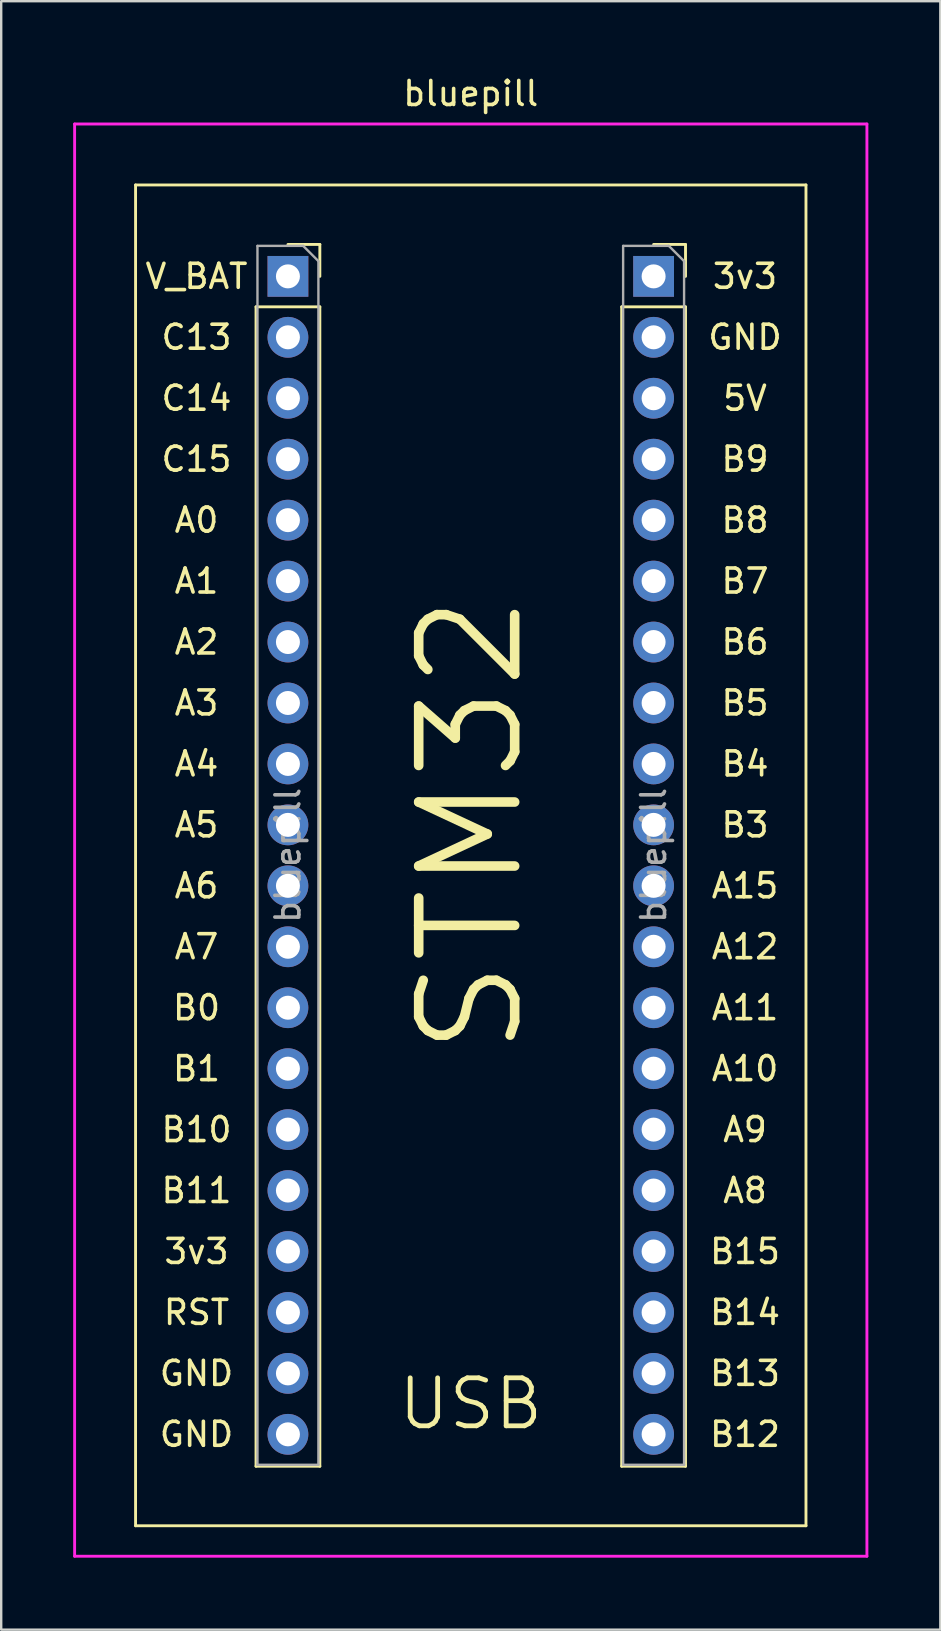
<source format=kicad_pcb>
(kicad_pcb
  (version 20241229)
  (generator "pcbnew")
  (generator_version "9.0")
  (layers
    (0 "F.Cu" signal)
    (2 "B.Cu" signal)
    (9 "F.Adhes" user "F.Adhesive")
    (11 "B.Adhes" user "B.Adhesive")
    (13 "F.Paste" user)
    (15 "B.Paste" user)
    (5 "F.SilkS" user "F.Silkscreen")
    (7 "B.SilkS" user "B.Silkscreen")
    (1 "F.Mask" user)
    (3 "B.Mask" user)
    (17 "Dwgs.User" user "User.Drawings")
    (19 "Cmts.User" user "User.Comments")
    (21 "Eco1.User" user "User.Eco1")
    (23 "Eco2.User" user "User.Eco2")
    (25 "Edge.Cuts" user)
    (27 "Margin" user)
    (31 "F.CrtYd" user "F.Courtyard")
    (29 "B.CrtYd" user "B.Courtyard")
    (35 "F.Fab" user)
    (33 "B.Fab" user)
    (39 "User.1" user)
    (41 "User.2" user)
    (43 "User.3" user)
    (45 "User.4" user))
  (footprint "bluepill"
    (layer "F.Cu")
    (at 16.57 8.468)
    (property "Reference" "bluepill" (at 0 -7.62 0) (layer "F.SilkS") (effects (font (size 1 1) (thickness 0.15))))
    (attr through_hole)
    (fp_line (start -13.97 -3.81) (end 13.97 -3.81) (stroke (width 0.12) (type solid)) (layer "F.SilkS"))
    (fp_line (start -13.97 52.07) (end -13.97 -3.81) (stroke (width 0.12) (type solid)) (layer "F.SilkS"))
    (fp_line (start -8.95 1.27) (end -8.95 49.59) (stroke (width 0.12) (type solid)) (layer "F.SilkS"))
    (fp_line (start -8.95 1.27) (end -6.29 1.27) (stroke (width 0.12) (type solid)) (layer "F.SilkS"))
    (fp_line (start -8.95 49.59) (end -6.29 49.59) (stroke (width 0.12) (type solid)) (layer "F.SilkS"))
    (fp_line (start -7.62 -1.33) (end -6.29 -1.33) (stroke (width 0.12) (type solid)) (layer "F.SilkS"))
    (fp_line (start -6.29 -1.33) (end -6.29 0) (stroke (width 0.12) (type solid)) (layer "F.SilkS"))
    (fp_line (start -6.29 1.27) (end -6.29 49.59) (stroke (width 0.12) (type solid)) (layer "F.SilkS"))
    (fp_line (start 6.29 1.27) (end 6.29 49.59) (stroke (width 0.12) (type solid)) (layer "F.SilkS"))
    (fp_line (start 6.29 1.27) (end 8.95 1.27) (stroke (width 0.12) (type solid)) (layer "F.SilkS"))
    (fp_line (start 6.29 49.59) (end 8.95 49.59) (stroke (width 0.12) (type solid)) (layer "F.SilkS"))
    (fp_line (start 7.62 -1.33) (end 8.95 -1.33) (stroke (width 0.12) (type solid)) (layer "F.SilkS"))
    (fp_line (start 8.95 -1.33) (end 8.95 0) (stroke (width 0.12) (type solid)) (layer "F.SilkS"))
    (fp_line (start 8.95 1.27) (end 8.95 49.59) (stroke (width 0.12) (type solid)) (layer "F.SilkS"))
    (fp_line (start 13.97 -3.81) (end 13.97 52.07) (stroke (width 0.12) (type solid)) (layer "F.SilkS"))
    (fp_line (start 13.97 52.07) (end -13.97 52.07) (stroke (width 0.12) (type solid)) (layer "F.SilkS"))
    (fp_line (start -16.51 -6.35) (end -16.51 53.34) (stroke (width 0.12) (type solid)) (layer "F.CrtYd"))
    (fp_line (start -16.51 53.34) (end 16.51 53.34) (stroke (width 0.12) (type solid)) (layer "F.CrtYd"))
    (fp_line (start 16.51 -6.35) (end -16.51 -6.35) (stroke (width 0.12) (type solid)) (layer "F.CrtYd"))
    (fp_line (start 16.51 53.34) (end 16.51 -6.35) (stroke (width 0.12) (type solid)) (layer "F.CrtYd"))
    (fp_line (start -8.89 -1.27) (end -6.985 -1.27) (stroke (width 0.1) (type solid)) (layer "F.Fab"))
    (fp_line (start -8.89 49.53) (end -8.89 -1.27) (stroke (width 0.1) (type solid)) (layer "F.Fab"))
    (fp_line (start -6.985 -1.27) (end -6.35 -0.635) (stroke (width 0.1) (type solid)) (layer "F.Fab"))
    (fp_line (start -6.35 -0.635) (end -6.35 49.53) (stroke (width 0.1) (type solid)) (layer "F.Fab"))
    (fp_line (start -6.35 49.53) (end -8.89 49.53) (stroke (width 0.1) (type solid)) (layer "F.Fab"))
    (fp_line (start 6.35 -1.27) (end 8.255 -1.27) (stroke (width 0.1) (type solid)) (layer "F.Fab"))
    (fp_line (start 6.35 49.53) (end 6.35 -1.27) (stroke (width 0.1) (type solid)) (layer "F.Fab"))
    (fp_line (start 8.255 -1.27) (end 8.89 -0.635) (stroke (width 0.1) (type solid)) (layer "F.Fab"))
    (fp_line (start 8.89 -0.635) (end 8.89 49.53) (stroke (width 0.1) (type solid)) (layer "F.Fab"))
    (fp_line (start 8.89 49.53) (end 6.35 49.53) (stroke (width 0.1) (type solid)) (layer "F.Fab"))
    (fp_text user "GND" (at 11.43 2.54 0) (layer "F.SilkS") (effects (font (size 1 1) (thickness 0.15))))
    (fp_text user "B15" (at 11.43 40.64 0) (layer "F.SilkS") (effects (font (size 1 1) (thickness 0.15))))
    (fp_text user "GND" (at -11.43 45.72 0) (layer "F.SilkS") (effects (font (size 1 1) (thickness 0.15))))
    (fp_text user "USB" (at 0 46.99 0) (layer "F.SilkS") (effects (font (size 2 2) (thickness 0.2))))
    (fp_text user "A9" (at 11.43 35.56 0) (layer "F.SilkS") (effects (font (size 1 1) (thickness 0.15))))
    (fp_text user "B7" (at 11.43 12.7 0) (layer "F.SilkS") (effects (font (size 1 1) (thickness 0.15))))
    (fp_text user "B3" (at 11.43 22.86 0) (layer "F.SilkS") (effects (font (size 1 1) (thickness 0.15))))
    (fp_text user "A12" (at 11.43 27.94 0) (layer "F.SilkS") (effects (font (size 1 1) (thickness 0.15))))
    (fp_text user "5V" (at 11.43 5.08 0) (layer "F.SilkS") (effects (font (size 1 1) (thickness 0.15))))
    (fp_text user "B10" (at -11.43 35.56 0) (layer "F.SilkS") (effects (font (size 1 1) (thickness 0.15))))
    (fp_text user "A0" (at -11.43 10.16 0) (layer "F.SilkS") (effects (font (size 1 1) (thickness 0.15))))
    (fp_text user "B14" (at 11.43 43.18 0) (layer "F.SilkS") (effects (font (size 1 1) (thickness 0.15))))
    (fp_text user "3v3" (at 11.43 0 0) (layer "F.SilkS") (effects (font (size 1 1) (thickness 0.15))))
    (fp_text user "B0" (at -11.43 30.48 0) (layer "F.SilkS") (effects (font (size 1 1) (thickness 0.15))))
    (fp_text user "B12" (at 11.43 48.26 0) (layer "F.SilkS") (effects (font (size 1 1) (thickness 0.15))))
    (fp_text user "A7" (at -11.43 27.94 0) (layer "F.SilkS") (effects (font (size 1 1) (thickness 0.15))))
    (fp_text user "A4" (at -11.43 20.32 0) (layer "F.SilkS") (effects (font (size 1 1) (thickness 0.15))))
    (fp_text user "C13" (at -11.43 2.54 0) (layer "F.SilkS") (effects (font (size 1 1) (thickness 0.15))))
    (fp_text user "C14" (at -11.43 5.08 0) (layer "F.SilkS") (effects (font (size 1 1) (thickness 0.15))))
    (fp_text user "B1" (at -11.43 33.02 0) (layer "F.SilkS") (effects (font (size 1 1) (thickness 0.15))))
    (fp_text user "A6" (at -11.43 25.4 0) (layer "F.SilkS") (effects (font (size 1 1) (thickness 0.15))))
    (fp_text user "A10" (at 11.43 33.02 0) (layer "F.SilkS") (effects (font (size 1 1) (thickness 0.15))))
    (fp_text user "A11" (at 11.43 30.48 0) (layer "F.SilkS") (effects (font (size 1 1) (thickness 0.15))))
    (fp_text user "A8" (at 11.43 38.1 0) (layer "F.SilkS") (effects (font (size 1 1) (thickness 0.15))))
    (fp_text user "RST" (at -11.43 43.18 0) (layer "F.SilkS") (effects (font (size 1 1) (thickness 0.15))))
    (fp_text user "3v3" (at -11.43 40.64 0) (layer "F.SilkS") (effects (font (size 1 1) (thickness 0.15))))
    (fp_text user "A3" (at -11.43 17.78 0) (layer "F.SilkS") (effects (font (size 1 1) (thickness 0.15))))
    (fp_text user "C15" (at -11.43 7.62 0) (layer "F.SilkS") (effects (font (size 1 1) (thickness 0.15))))
    (fp_text user "B4" (at 11.43 20.32 0) (layer "F.SilkS") (effects (font (size 1 1) (thickness 0.15))))
    (fp_text user "STM32" (at 0 22.86 90) (layer "F.SilkS") (effects (font (size 4 4) (thickness 0.4))))
    (fp_text user "B11" (at -11.43 38.1 0) (layer "F.SilkS") (effects (font (size 1 1) (thickness 0.15))))
    (fp_text user "V_BAT" (at -11.43 0 0) (layer "F.SilkS") (effects (font (size 1 1) (thickness 0.15))))
    (fp_text user "A2" (at -11.43 15.24 0) (layer "F.SilkS") (effects (font (size 1 1) (thickness 0.15))))
    (fp_text user "B6" (at 11.43 15.24 0) (layer "F.SilkS") (effects (font (size 1 1) (thickness 0.15))))
    (fp_text user "B5" (at 11.43 17.78 0) (layer "F.SilkS") (effects (font (size 1 1) (thickness 0.15))))
    (fp_text user "GND" (at -11.43 48.26 0) (layer "F.SilkS") (effects (font (size 1 1) (thickness 0.15))))
    (fp_text user "A5" (at -11.43 22.86 0) (layer "F.SilkS") (effects (font (size 1 1) (thickness 0.15))))
    (fp_text user "B9" (at 11.43 7.62 0) (layer "F.SilkS") (effects (font (size 1 1) (thickness 0.15))))
    (fp_text user "B8" (at 11.43 10.16 0) (layer "F.SilkS") (effects (font (size 1 1) (thickness 0.15))))
    (fp_text user "A15" (at 11.43 25.4 0) (layer "F.SilkS") (effects (font (size 1 1) (thickness 0.15))))
    (fp_text user "B13" (at 11.43 45.72 0) (layer "F.SilkS") (effects (font (size 1 1) (thickness 0.15))))
    (fp_text user "A1" (at -11.43 12.7 0) (layer "F.SilkS") (effects (font (size 1 1) (thickness 0.15))))
    (fp_text user "${REFERENCE}" (at -7.62 24.13 90) (layer "F.Fab") (effects (font (size 1 1) (thickness 0.15))))
    (fp_text user "${REFERENCE}" (at 7.62 24.13 90) (layer "F.Fab") (effects (font (size 1 1) (thickness 0.15))))
    (pad "1" thru_hole rect (at -7.62 0) (size 1.7 1.7) (drill 1) (layers "*.Cu" "*.Mask"))
    (pad "2" thru_hole rect (at 7.62 0) (size 1.7 1.7) (drill 1) (layers "*.Cu" "*.Mask"))
    (pad "3" thru_hole oval (at -7.62 2.54) (size 1.7 1.7) (drill 1) (layers "*.Cu" "*.Mask"))
    (pad "4" thru_hole oval (at 7.62 2.54) (size 1.7 1.7) (drill 1) (layers "*.Cu" "*.Mask"))
    (pad "5" thru_hole oval (at -7.62 5.08) (size 1.7 1.7) (drill 1) (layers "*.Cu" "*.Mask"))
    (pad "6" thru_hole oval (at 7.62 5.08) (size 1.7 1.7) (drill 1) (layers "*.Cu" "*.Mask"))
    (pad "7" thru_hole oval (at -7.62 7.62) (size 1.7 1.7) (drill 1) (layers "*.Cu" "*.Mask"))
    (pad "8" thru_hole oval (at 7.62 7.62) (size 1.7 1.7) (drill 1) (layers "*.Cu" "*.Mask"))
    (pad "9" thru_hole oval (at -7.62 10.16) (size 1.7 1.7) (drill 1) (layers "*.Cu" "*.Mask"))
    (pad "10" thru_hole oval (at 7.62 10.16) (size 1.7 1.7) (drill 1) (layers "*.Cu" "*.Mask"))
    (pad "11" thru_hole oval (at -7.62 12.7) (size 1.7 1.7) (drill 1) (layers "*.Cu" "*.Mask"))
    (pad "12" thru_hole oval (at 7.62 12.7) (size 1.7 1.7) (drill 1) (layers "*.Cu" "*.Mask"))
    (pad "13" thru_hole oval (at -7.62 15.24) (size 1.7 1.7) (drill 1) (layers "*.Cu" "*.Mask"))
    (pad "14" thru_hole oval (at 7.62 15.24) (size 1.7 1.7) (drill 1) (layers "*.Cu" "*.Mask"))
    (pad "15" thru_hole oval (at -7.62 17.78) (size 1.7 1.7) (drill 1) (layers "*.Cu" "*.Mask"))
    (pad "16" thru_hole oval (at 7.62 17.78) (size 1.7 1.7) (drill 1) (layers "*.Cu" "*.Mask"))
    (pad "17" thru_hole oval (at -7.62 20.32) (size 1.7 1.7) (drill 1) (layers "*.Cu" "*.Mask"))
    (pad "18" thru_hole oval (at 7.62 20.32) (size 1.7 1.7) (drill 1) (layers "*.Cu" "*.Mask"))
    (pad "19" thru_hole oval (at -7.62 22.86) (size 1.7 1.7) (drill 1) (layers "*.Cu" "*.Mask"))
    (pad "20" thru_hole oval (at 7.62 22.86) (size 1.7 1.7) (drill 1) (layers "*.Cu" "*.Mask"))
    (pad "21" thru_hole oval (at -7.62 25.4) (size 1.7 1.7) (drill 1) (layers "*.Cu" "*.Mask"))
    (pad "22" thru_hole oval (at 7.62 25.4) (size 1.7 1.7) (drill 1) (layers "*.Cu" "*.Mask"))
    (pad "23" thru_hole oval (at -7.62 27.94) (size 1.7 1.7) (drill 1) (layers "*.Cu" "*.Mask"))
    (pad "24" thru_hole oval (at 7.62 27.94) (size 1.7 1.7) (drill 1) (layers "*.Cu" "*.Mask"))
    (pad "25" thru_hole oval (at -7.62 30.48) (size 1.7 1.7) (drill 1) (layers "*.Cu" "*.Mask"))
    (pad "26" thru_hole oval (at 7.62 30.48) (size 1.7 1.7) (drill 1) (layers "*.Cu" "*.Mask"))
    (pad "27" thru_hole oval (at -7.62 33.02) (size 1.7 1.7) (drill 1) (layers "*.Cu" "*.Mask"))
    (pad "28" thru_hole oval (at 7.62 33.02) (size 1.7 1.7) (drill 1) (layers "*.Cu" "*.Mask"))
    (pad "29" thru_hole oval (at -7.62 35.56) (size 1.7 1.7) (drill 1) (layers "*.Cu" "*.Mask"))
    (pad "30" thru_hole oval (at 7.62 35.56) (size 1.7 1.7) (drill 1) (layers "*.Cu" "*.Mask"))
    (pad "31" thru_hole oval (at -7.62 38.1) (size 1.7 1.7) (drill 1) (layers "*.Cu" "*.Mask"))
    (pad "32" thru_hole oval (at 7.62 38.1) (size 1.7 1.7) (drill 1) (layers "*.Cu" "*.Mask"))
    (pad "33" thru_hole oval (at -7.62 40.64) (size 1.7 1.7) (drill 1) (layers "*.Cu" "*.Mask"))
    (pad "34" thru_hole oval (at 7.62 40.64) (size 1.7 1.7) (drill 1) (layers "*.Cu" "*.Mask"))
    (pad "35" thru_hole oval (at -7.62 43.18) (size 1.7 1.7) (drill 1) (layers "*.Cu" "*.Mask"))
    (pad "36" thru_hole oval (at 7.62 43.18) (size 1.7 1.7) (drill 1) (layers "*.Cu" "*.Mask"))
    (pad "37" thru_hole oval (at -7.62 45.72) (size 1.7 1.7) (drill 1) (layers "*.Cu" "*.Mask"))
    (pad "38" thru_hole oval (at 7.62 45.72) (size 1.7 1.7) (drill 1) (layers "*.Cu" "*.Mask"))
    (pad "39" thru_hole oval (at -7.62 48.26) (size 1.7 1.7) (drill 1) (layers "*.Cu" "*.Mask"))
    (pad "40" thru_hole oval (at 7.62 48.26) (size 1.7 1.7) (drill 1) (layers "*.Cu" "*.Mask")))
  (gr_rect
    (start -3 -3)
    (end 36.14 64.868)
    (stroke (width 0.1) (type default))
    (fill no)
    (layer "Edge.Cuts")))
</source>
